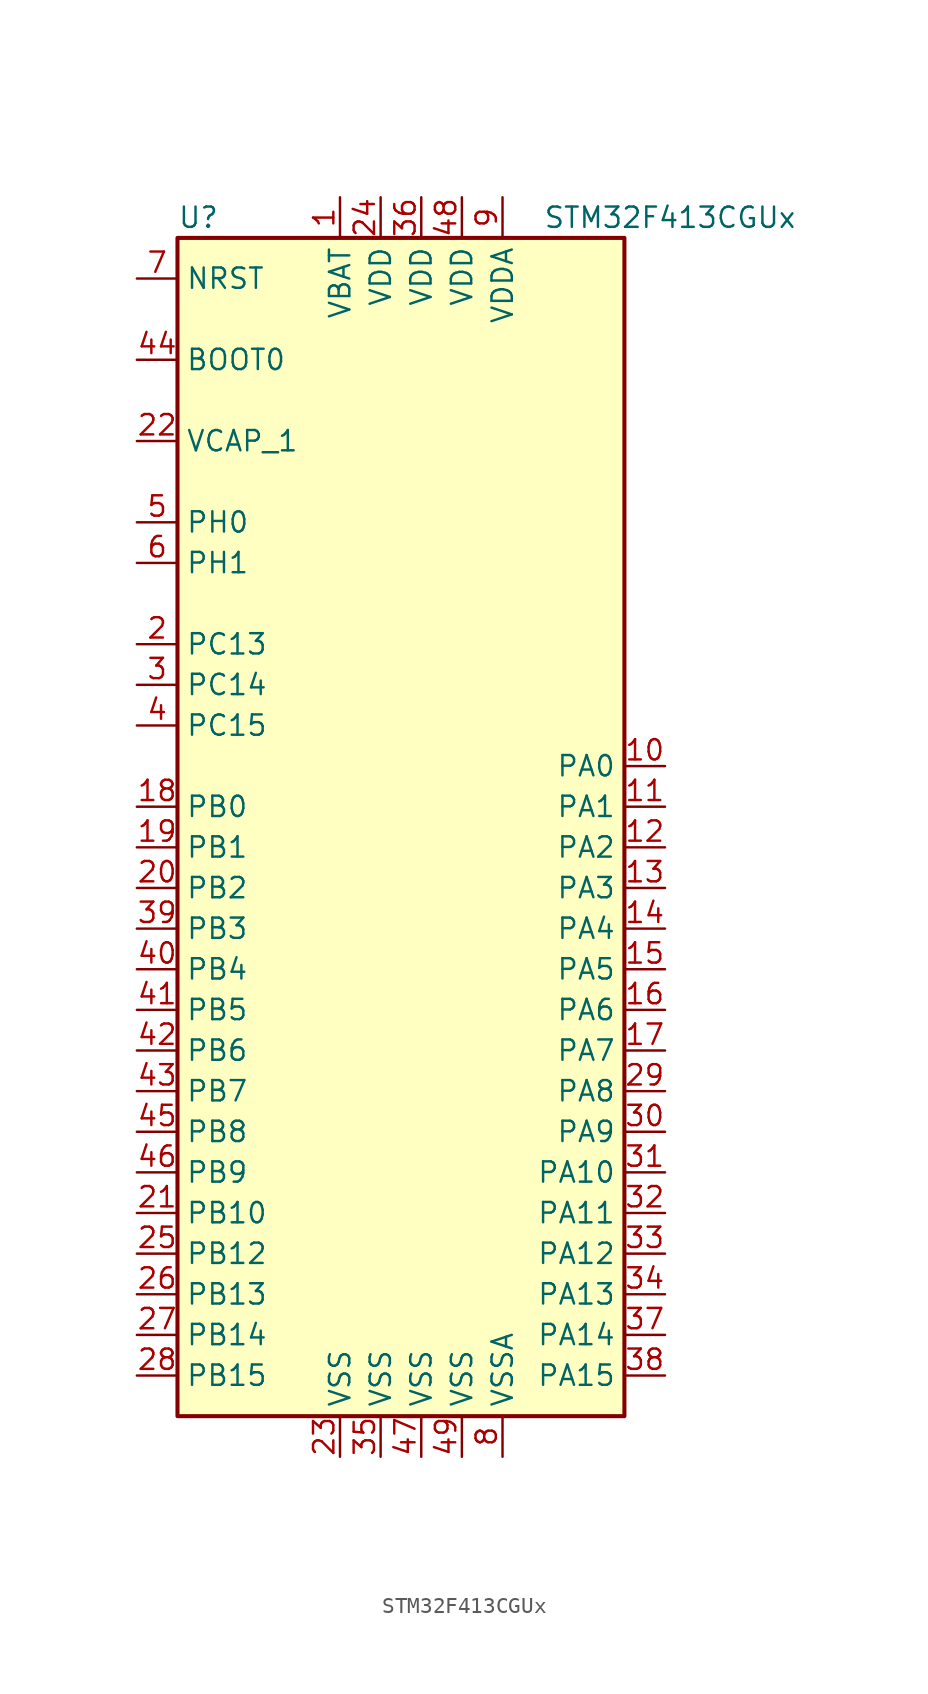
<source format=kicad_sym>
(kicad_symbol_lib
  (version 20201005)
  (generator kicad_symbol_editor)
  (symbol "MCU_ST_STM32F4:STM32F413CGUx"
    (property "Reference" "U"
      (at -15.24 36.83 0)
      (effects (font (size 1.27 1.27)) (justify left)))
    (property "Value" "STM32F413CGUx"
      (at 7.62 36.83 0)
      (effects (font (size 1.27 1.27)) (justify left)))
    (symbol "STM32F413CGUx_0_1"
      (rectangle (start -15.24 -38.1) (end 12.7 35.56) (stroke (width 0.254)) (fill (type background))))
    (symbol "STM32F413CGUx_1_1"
      (pin input line (at -17.78 27.94 0) (length 2.54) (name "BOOT0" (effects (font (size 1.27 1.27)))) (number "44" (effects (font (size 1.27 1.27)))))
      (pin input line (at -17.78 33.02 0) (length 2.54) (name "NRST" (effects (font (size 1.27 1.27)))) (number "7" (effects (font (size 1.27 1.27)))))
      (pin bidirectional line (at 15.24 2.54 180) (length 2.54) (name "PA0" (effects (font (size 1.27 1.27)))) (number "10" (effects (font (size 1.27 1.27)))))
      (pin bidirectional line (at 15.24 0 180) (length 2.54) (name "PA1" (effects (font (size 1.27 1.27)))) (number "11" (effects (font (size 1.27 1.27)))))
      (pin bidirectional line (at 15.24 -22.86 180) (length 2.54) (name "PA10" (effects (font (size 1.27 1.27)))) (number "31" (effects (font (size 1.27 1.27)))))
      (pin bidirectional line (at 15.24 -25.4 180) (length 2.54) (name "PA11" (effects (font (size 1.27 1.27)))) (number "32" (effects (font (size 1.27 1.27)))))
      (pin bidirectional line (at 15.24 -27.94 180) (length 2.54) (name "PA12" (effects (font (size 1.27 1.27)))) (number "33" (effects (font (size 1.27 1.27)))))
      (pin bidirectional line (at 15.24 -30.48 180) (length 2.54) (name "PA13" (effects (font (size 1.27 1.27)))) (number "34" (effects (font (size 1.27 1.27)))))
      (pin bidirectional line (at 15.24 -33.02 180) (length 2.54) (name "PA14" (effects (font (size 1.27 1.27)))) (number "37" (effects (font (size 1.27 1.27)))))
      (pin bidirectional line (at 15.24 -35.56 180) (length 2.54) (name "PA15" (effects (font (size 1.27 1.27)))) (number "38" (effects (font (size 1.27 1.27)))))
      (pin bidirectional line (at 15.24 -2.54 180) (length 2.54) (name "PA2" (effects (font (size 1.27 1.27)))) (number "12" (effects (font (size 1.27 1.27)))))
      (pin bidirectional line (at 15.24 -5.08 180) (length 2.54) (name "PA3" (effects (font (size 1.27 1.27)))) (number "13" (effects (font (size 1.27 1.27)))))
      (pin bidirectional line (at 15.24 -7.62 180) (length 2.54) (name "PA4" (effects (font (size 1.27 1.27)))) (number "14" (effects (font (size 1.27 1.27)))))
      (pin bidirectional line (at 15.24 -10.16 180) (length 2.54) (name "PA5" (effects (font (size 1.27 1.27)))) (number "15" (effects (font (size 1.27 1.27)))))
      (pin bidirectional line (at 15.24 -12.7 180) (length 2.54) (name "PA6" (effects (font (size 1.27 1.27)))) (number "16" (effects (font (size 1.27 1.27)))))
      (pin bidirectional line (at 15.24 -15.24 180) (length 2.54) (name "PA7" (effects (font (size 1.27 1.27)))) (number "17" (effects (font (size 1.27 1.27)))))
      (pin bidirectional line (at 15.24 -17.78 180) (length 2.54) (name "PA8" (effects (font (size 1.27 1.27)))) (number "29" (effects (font (size 1.27 1.27)))))
      (pin bidirectional line (at 15.24 -20.32 180) (length 2.54) (name "PA9" (effects (font (size 1.27 1.27)))) (number "30" (effects (font (size 1.27 1.27)))))
      (pin bidirectional line (at -17.78 0 0) (length 2.54) (name "PB0" (effects (font (size 1.27 1.27)))) (number "18" (effects (font (size 1.27 1.27)))))
      (pin bidirectional line (at -17.78 -2.54 0) (length 2.54) (name "PB1" (effects (font (size 1.27 1.27)))) (number "19" (effects (font (size 1.27 1.27)))))
      (pin bidirectional line (at -17.78 -25.4 0) (length 2.54) (name "PB10" (effects (font (size 1.27 1.27)))) (number "21" (effects (font (size 1.27 1.27)))))
      (pin bidirectional line (at -17.78 -27.94 0) (length 2.54) (name "PB12" (effects (font (size 1.27 1.27)))) (number "25" (effects (font (size 1.27 1.27)))))
      (pin bidirectional line (at -17.78 -30.48 0) (length 2.54) (name "PB13" (effects (font (size 1.27 1.27)))) (number "26" (effects (font (size 1.27 1.27)))))
      (pin bidirectional line (at -17.78 -33.02 0) (length 2.54) (name "PB14" (effects (font (size 1.27 1.27)))) (number "27" (effects (font (size 1.27 1.27)))))
      (pin bidirectional line (at -17.78 -35.56 0) (length 2.54) (name "PB15" (effects (font (size 1.27 1.27)))) (number "28" (effects (font (size 1.27 1.27)))))
      (pin bidirectional line (at -17.78 -5.08 0) (length 2.54) (name "PB2" (effects (font (size 1.27 1.27)))) (number "20" (effects (font (size 1.27 1.27)))))
      (pin bidirectional line (at -17.78 -7.62 0) (length 2.54) (name "PB3" (effects (font (size 1.27 1.27)))) (number "39" (effects (font (size 1.27 1.27)))))
      (pin bidirectional line (at -17.78 -10.16 0) (length 2.54) (name "PB4" (effects (font (size 1.27 1.27)))) (number "40" (effects (font (size 1.27 1.27)))))
      (pin bidirectional line (at -17.78 -12.7 0) (length 2.54) (name "PB5" (effects (font (size 1.27 1.27)))) (number "41" (effects (font (size 1.27 1.27)))))
      (pin bidirectional line (at -17.78 -15.24 0) (length 2.54) (name "PB6" (effects (font (size 1.27 1.27)))) (number "42" (effects (font (size 1.27 1.27)))))
      (pin bidirectional line (at -17.78 -17.78 0) (length 2.54) (name "PB7" (effects (font (size 1.27 1.27)))) (number "43" (effects (font (size 1.27 1.27)))))
      (pin bidirectional line (at -17.78 -20.32 0) (length 2.54) (name "PB8" (effects (font (size 1.27 1.27)))) (number "45" (effects (font (size 1.27 1.27)))))
      (pin bidirectional line (at -17.78 -22.86 0) (length 2.54) (name "PB9" (effects (font (size 1.27 1.27)))) (number "46" (effects (font (size 1.27 1.27)))))
      (pin bidirectional line (at -17.78 10.16 0) (length 2.54) (name "PC13" (effects (font (size 1.27 1.27)))) (number "2" (effects (font (size 1.27 1.27)))))
      (pin bidirectional line (at -17.78 7.62 0) (length 2.54) (name "PC14" (effects (font (size 1.27 1.27)))) (number "3" (effects (font (size 1.27 1.27)))))
      (pin bidirectional line (at -17.78 5.08 0) (length 2.54) (name "PC15" (effects (font (size 1.27 1.27)))) (number "4" (effects (font (size 1.27 1.27)))))
      (pin input line (at -17.78 17.78 0) (length 2.54) (name "PH0" (effects (font (size 1.27 1.27)))) (number "5" (effects (font (size 1.27 1.27)))))
      (pin input line (at -17.78 15.24 0) (length 2.54) (name "PH1" (effects (font (size 1.27 1.27)))) (number "6" (effects (font (size 1.27 1.27)))))
      (pin power_in line (at -5.08 38.1 270) (length 2.54) (name "VBAT" (effects (font (size 1.27 1.27)))) (number "1" (effects (font (size 1.27 1.27)))))
      (pin power_in line (at -17.78 22.86 0) (length 2.54) (name "VCAP_1" (effects (font (size 1.27 1.27)))) (number "22" (effects (font (size 1.27 1.27)))))
      (pin power_in line (at -2.54 38.1 270) (length 2.54) (name "VDD" (effects (font (size 1.27 1.27)))) (number "24" (effects (font (size 1.27 1.27)))))
      (pin power_in line (at 0 38.1 270) (length 2.54) (name "VDD" (effects (font (size 1.27 1.27)))) (number "36" (effects (font (size 1.27 1.27)))))
      (pin power_in line (at 2.54 38.1 270) (length 2.54) (name "VDD" (effects (font (size 1.27 1.27)))) (number "48" (effects (font (size 1.27 1.27)))))
      (pin power_in line (at 5.08 38.1 270) (length 2.54) (name "VDDA" (effects (font (size 1.27 1.27)))) (number "9" (effects (font (size 1.27 1.27)))))
      (pin power_in line (at -5.08 -40.64 90) (length 2.54) (name "VSS" (effects (font (size 1.27 1.27)))) (number "23" (effects (font (size 1.27 1.27)))))
      (pin power_in line (at -2.54 -40.64 90) (length 2.54) (name "VSS" (effects (font (size 1.27 1.27)))) (number "35" (effects (font (size 1.27 1.27)))))
      (pin power_in line (at 0 -40.64 90) (length 2.54) (name "VSS" (effects (font (size 1.27 1.27)))) (number "47" (effects (font (size 1.27 1.27)))))
      (pin power_in line (at 2.54 -40.64 90) (length 2.54) (name "VSS" (effects (font (size 1.27 1.27)))) (number "49" (effects (font (size 1.27 1.27)))))
      (pin power_in line (at 5.08 -40.64 90) (length 2.54) (name "VSSA" (effects (font (size 1.27 1.27)))) (number "8" (effects (font (size 1.27 1.27))))))))
</source>
